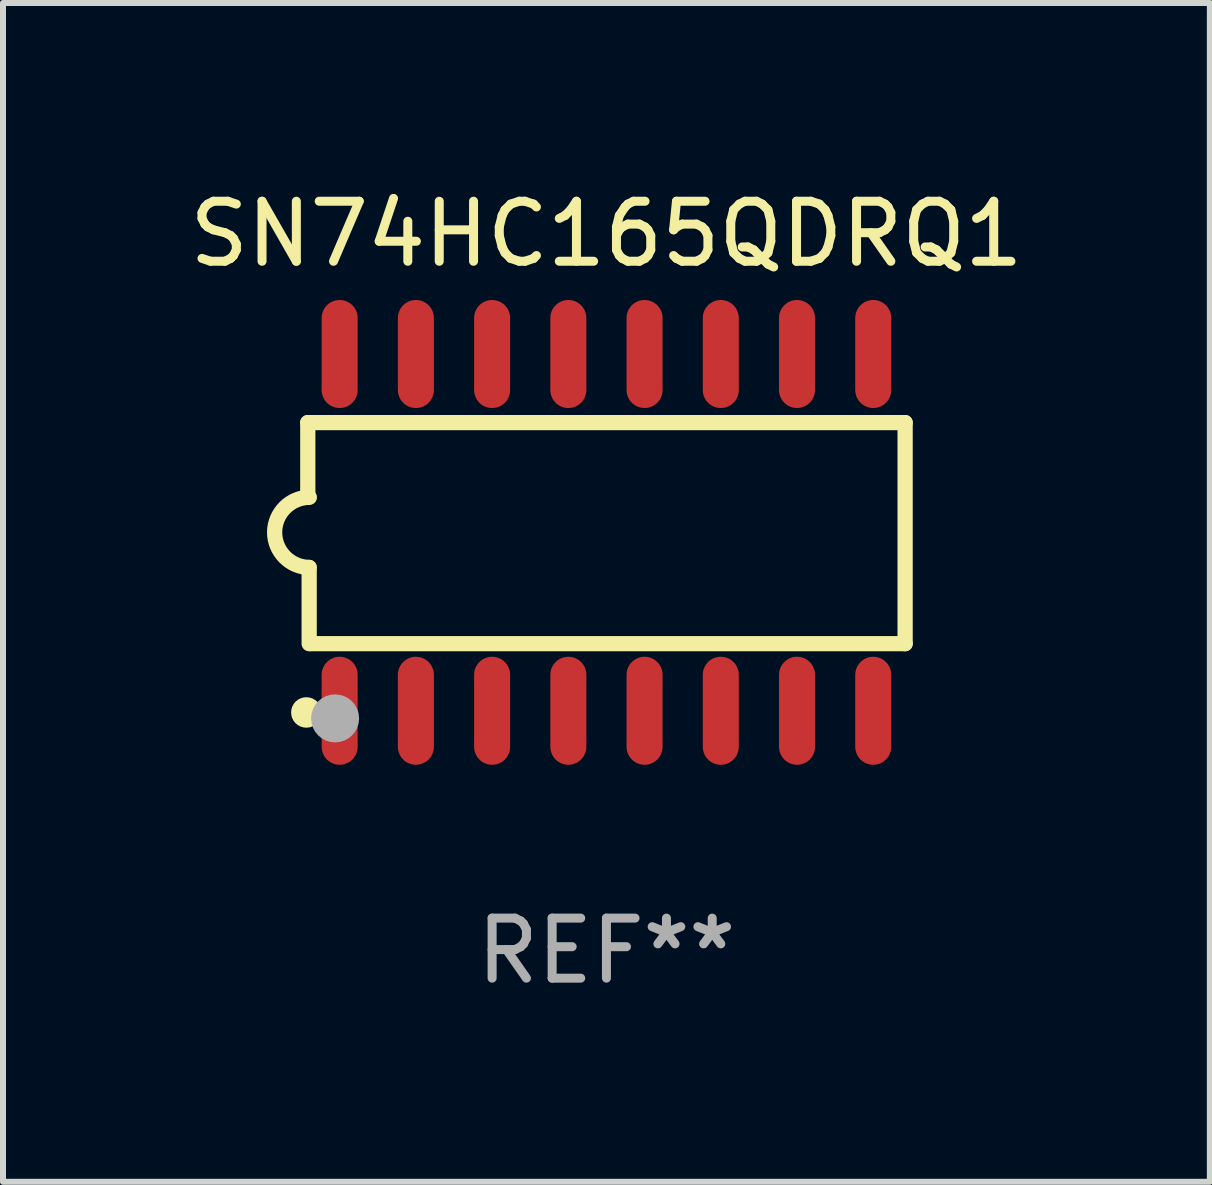
<source format=kicad_pcb>
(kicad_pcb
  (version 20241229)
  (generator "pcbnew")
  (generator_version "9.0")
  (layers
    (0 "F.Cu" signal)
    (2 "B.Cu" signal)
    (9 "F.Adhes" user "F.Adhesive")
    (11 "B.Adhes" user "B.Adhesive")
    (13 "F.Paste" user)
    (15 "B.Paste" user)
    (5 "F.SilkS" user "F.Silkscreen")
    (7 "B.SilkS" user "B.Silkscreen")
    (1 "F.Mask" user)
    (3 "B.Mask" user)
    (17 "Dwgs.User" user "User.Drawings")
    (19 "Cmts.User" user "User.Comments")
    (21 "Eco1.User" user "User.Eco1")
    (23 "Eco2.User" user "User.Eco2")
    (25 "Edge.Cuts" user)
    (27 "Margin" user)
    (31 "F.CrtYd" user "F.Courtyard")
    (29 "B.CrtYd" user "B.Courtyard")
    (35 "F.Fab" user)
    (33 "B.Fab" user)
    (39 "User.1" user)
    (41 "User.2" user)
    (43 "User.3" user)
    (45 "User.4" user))
  (footprint "SN74HC165QDRQ1"
    (layer "F.Cu")
    (at 7.054 5.82)
    (property "Reference" "SN74HC165QDRQ1" (at 0 -4.972 0) (layer "F.SilkS") (effects (font (size 1 1) (thickness 0.15))))
    (attr through_hole)
    (fp_line (start -4.976 -1.829) (end -4.976 -0.584) (stroke (width 0.254) (type solid)) (layer "F.SilkS"))
    (fp_line (start -4.953 0.584) (end -4.953 1.854) (stroke (width 0.254) (type solid)) (layer "F.SilkS"))
    (fp_line (start -4.928 1.854) (end 4.976 1.854) (stroke (width 0.254) (type solid)) (layer "F.SilkS"))
    (fp_line (start 4.976 -1.829) (end -4.976 -1.829) (stroke (width 0.254) (type solid)) (layer "F.SilkS"))
    (fp_line (start 4.976 1.854) (end 4.976 -1.829) (stroke (width 0.254) (type solid)) (layer "F.SilkS"))
    (fp_arc (start -4.95301 0.584201) (mid -5.533866 -0.00152) (end -4.950088 -0.584329) (stroke (width 0.254001) (type solid)) (layer "F.SilkS"))
    (fp_circle (center -5 3) (end -4.873 3) (stroke (width 0.254) (type solid)) (fill no) (layer "F.SilkS"))
    (fp_circle (center -4.521 3.099) (end -4.321 3.099) (stroke (width 0.4) (type solid)) (fill no) (layer "F.Fab"))
    (fp_text user "REF**" (at 0 6.972 0) (layer "F.Fab") (effects (font (size 1 1) (thickness 0.15))))
    (pad "1" smd oval (at -4.445 2.972 180) (size 0.6 1.8) (layers "F.Cu" "F.Mask" "F.Paste"))
    (pad "2" smd oval (at -3.175 2.972 180) (size 0.6 1.8) (layers "F.Cu" "F.Mask" "F.Paste"))
    (pad "3" smd oval (at -1.905 2.972 180) (size 0.6 1.8) (layers "F.Cu" "F.Mask" "F.Paste"))
    (pad "4" smd oval (at -0.635 2.972 180) (size 0.6 1.8) (layers "F.Cu" "F.Mask" "F.Paste"))
    (pad "5" smd oval (at 0.635 2.972 180) (size 0.6 1.8) (layers "F.Cu" "F.Mask" "F.Paste"))
    (pad "6" smd oval (at 1.905 2.972 180) (size 0.6 1.8) (layers "F.Cu" "F.Mask" "F.Paste"))
    (pad "7" smd oval (at 3.175 2.972 180) (size 0.6 1.8) (layers "F.Cu" "F.Mask" "F.Paste"))
    (pad "8" smd oval (at 4.445 2.972 180) (size 0.6 1.8) (layers "F.Cu" "F.Mask" "F.Paste"))
    (pad "9" smd oval (at 4.445 -2.972 180) (size 0.6 1.8) (layers "F.Cu" "F.Mask" "F.Paste"))
    (pad "10" smd oval (at 3.175 -2.972 180) (size 0.6 1.8) (layers "F.Cu" "F.Mask" "F.Paste"))
    (pad "11" smd oval (at 1.905 -2.972 180) (size 0.6 1.8) (layers "F.Cu" "F.Mask" "F.Paste"))
    (pad "12" smd oval (at 0.635 -2.972 180) (size 0.6 1.8) (layers "F.Cu" "F.Mask" "F.Paste"))
    (pad "13" smd oval (at -0.635 -2.972 180) (size 0.6 1.8) (layers "F.Cu" "F.Mask" "F.Paste"))
    (pad "14" smd oval (at -1.905 -2.972 180) (size 0.6 1.8) (layers "F.Cu" "F.Mask" "F.Paste"))
    (pad "15" smd oval (at -3.175 -2.972 180) (size 0.6 1.8) (layers "F.Cu" "F.Mask" "F.Paste"))
    (pad "16" smd oval (at -4.445 -2.972 180) (size 0.6 1.8) (layers "F.Cu" "F.Mask" "F.Paste")))
  (gr_rect
    (start -3 -3)
    (end 17.107 16.64)
    (stroke (width 0.1) (type default))
    (fill no)
    (layer "Edge.Cuts")))
</source>
